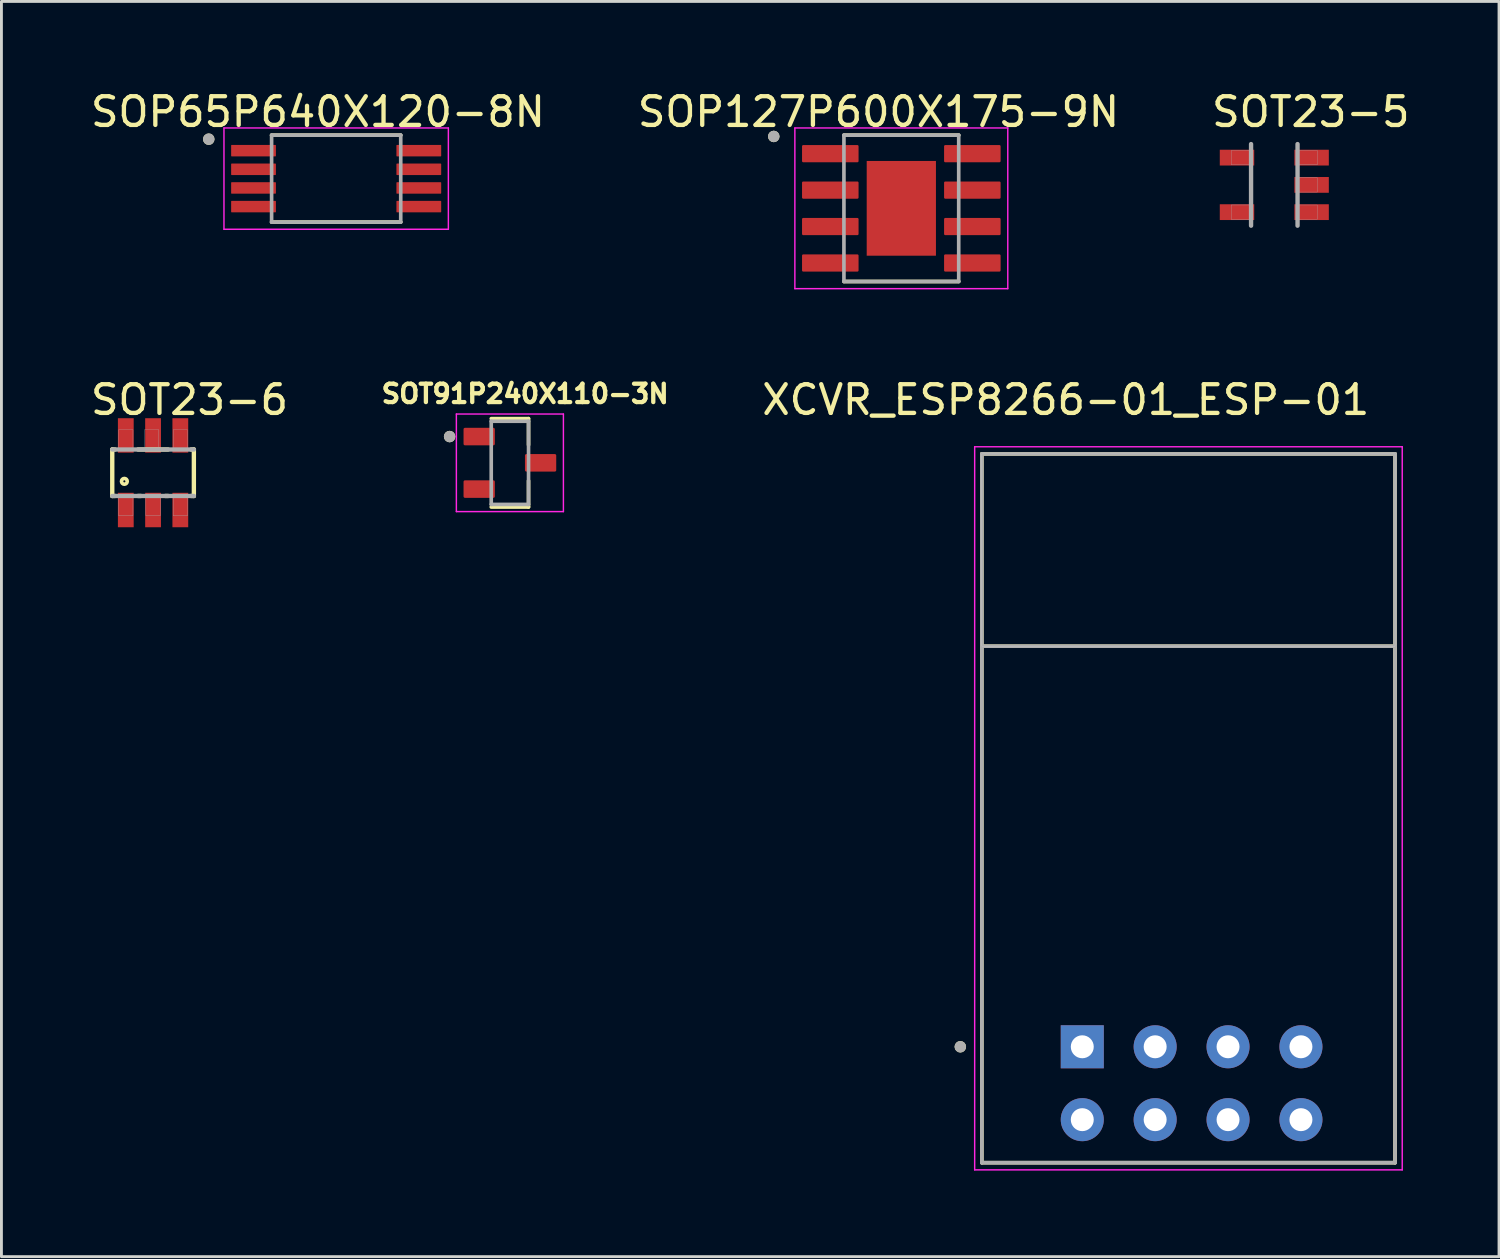
<source format=kicad_pcb>
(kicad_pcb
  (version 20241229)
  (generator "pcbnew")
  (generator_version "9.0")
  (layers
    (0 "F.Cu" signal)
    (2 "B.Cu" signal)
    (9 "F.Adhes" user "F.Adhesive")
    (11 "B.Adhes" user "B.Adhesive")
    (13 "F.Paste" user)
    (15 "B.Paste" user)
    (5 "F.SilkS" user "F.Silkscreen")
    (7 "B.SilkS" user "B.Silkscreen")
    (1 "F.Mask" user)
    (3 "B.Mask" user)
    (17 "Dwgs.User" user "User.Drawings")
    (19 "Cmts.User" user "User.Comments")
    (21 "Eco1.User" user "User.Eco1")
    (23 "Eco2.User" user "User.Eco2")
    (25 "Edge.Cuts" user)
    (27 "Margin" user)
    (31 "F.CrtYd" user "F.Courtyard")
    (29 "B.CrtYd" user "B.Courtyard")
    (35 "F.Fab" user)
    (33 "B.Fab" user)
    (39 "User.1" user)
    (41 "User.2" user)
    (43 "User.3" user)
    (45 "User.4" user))
  (footprint "SOT23-5"
    (layer "F.Cu")
    (at 41.358 3.393)
    (property "Reference" "SOT23-5" (at 1.272 -2.544 0) (layer "F.SilkS") (effects (font (size 1.002 1.002) (thickness 0.15))))
    (attr through_hole)
    (fp_line (start -0.81 1.422) (end -0.81 -1.422) (stroke (width 0.152) (type solid)) (layer "F.Fab"))
    (fp_line (start 0.81 -1.422) (end 0.81 1.422) (stroke (width 0.152) (type solid)) (layer "F.Fab"))
    (fp_poly (pts (xy -1.502 0.7) (xy -0.85 0.7) (xy -0.85 1.202) (xy -1.502 1.202)) (stroke (width 0.01) (type solid)) (fill no) (layer "F.Fab"))
    (fp_poly (pts (xy -1.5 -1.2) (xy -0.85 -1.2) (xy -0.85 -0.7) (xy -1.5 -0.7)) (stroke (width 0.01) (type solid)) (fill no) (layer "F.Fab"))
    (fp_poly (pts (xy 0.85 0.701) (xy 1.501 0.701) (xy 1.501 1.2) (xy 0.85 1.2)) (stroke (width 0.01) (type solid)) (fill no) (layer "F.Fab"))
    (fp_poly (pts (xy 0.85 -0.25) (xy 1.5 -0.25) (xy 1.5 0.25) (xy 0.85 0.25)) (stroke (width 0.01) (type solid)) (fill no) (layer "F.Fab"))
    (fp_poly (pts (xy 0.851 -1.2) (xy 1.5 -1.2) (xy 1.5 -0.701) (xy 0.851 -0.701)) (stroke (width 0.01) (type solid)) (fill no) (layer "F.Fab"))
    (pad "1" smd rect (at 1.3 0.95 90) (size 0.55 1.2) (layers "F.Cu" "F.Mask" "F.Paste"))
    (pad "2" smd rect (at 1.3 0 90) (size 0.55 1.2) (layers "F.Cu" "F.Mask" "F.Paste"))
    (pad "3" smd rect (at 1.3 -0.95 90) (size 0.55 1.2) (layers "F.Cu" "F.Mask" "F.Paste"))
    (pad "4" smd rect (at -1.3 -0.95 90) (size 0.55 1.2) (layers "F.Cu" "F.Mask" "F.Paste"))
    (pad "5" smd rect (at -1.3 0.95 90) (size 0.55 1.2) (layers "F.Cu" "F.Mask" "F.Paste")))
  (footprint "SOP127P600X175-9N"
    (layer "F.Cu")
    (at 28.36 4.21)
    (property "Reference" "SOP127P600X175-9N" (at -0.795 -3.362 0) (layer "F.SilkS") (effects (font (size 1 1) (thickness 0.15))))
    (attr through_hole)
    (fp_line (start -2 -2.55) (end 2 -2.55) (stroke (width 0.127) (type solid)) (layer "F.SilkS"))
    (fp_line (start -2 2.55) (end 2 2.55) (stroke (width 0.127) (type solid)) (layer "F.SilkS"))
    (fp_circle (center -4.445 -2.505) (end -4.345 -2.505) (stroke (width 0.2) (type solid)) (fill no) (layer "F.SilkS"))
    (fp_poly (pts (xy -0.645 -0.82) (xy 0.645 -0.82) (xy 0.645 0.82) (xy -0.645 0.82)) (stroke (width 0.01) (type solid)) (fill yes) (layer "F.Paste"))
    (fp_line (start -3.71 -2.8) (end -3.71 2.8) (stroke (width 0.05) (type solid)) (layer "F.CrtYd"))
    (fp_line (start -3.71 -2.8) (end 3.71 -2.8) (stroke (width 0.05) (type solid)) (layer "F.CrtYd"))
    (fp_line (start -3.71 2.8) (end 3.71 2.8) (stroke (width 0.05) (type solid)) (layer "F.CrtYd"))
    (fp_line (start 3.71 -2.8) (end 3.71 2.8) (stroke (width 0.05) (type solid)) (layer "F.CrtYd"))
    (fp_line (start -2 -2.55) (end -2 2.55) (stroke (width 0.127) (type solid)) (layer "F.Fab"))
    (fp_line (start -2 -2.55) (end 2 -2.55) (stroke (width 0.127) (type solid)) (layer "F.Fab"))
    (fp_line (start -2 2.55) (end 2 2.55) (stroke (width 0.127) (type solid)) (layer "F.Fab"))
    (fp_line (start 2 -2.55) (end 2 2.55) (stroke (width 0.127) (type solid)) (layer "F.Fab"))
    (fp_circle (center -4.445 -2.505) (end -4.345 -2.505) (stroke (width 0.2) (type solid)) (fill no) (layer "F.Fab"))
    (pad "1" smd roundrect (at -2.475 -1.905) (size 1.97 0.6) (layers "F.Cu" "F.Mask" "F.Paste") (roundrect_rratio 0.07))
    (pad "2" smd roundrect (at -2.475 -0.635) (size 1.97 0.6) (layers "F.Cu" "F.Mask" "F.Paste") (roundrect_rratio 0.07))
    (pad "3" smd roundrect (at -2.475 0.635) (size 1.97 0.6) (layers "F.Cu" "F.Mask" "F.Paste") (roundrect_rratio 0.07))
    (pad "4" smd roundrect (at -2.475 1.905) (size 1.97 0.6) (layers "F.Cu" "F.Mask" "F.Paste") (roundrect_rratio 0.07))
    (pad "5" smd roundrect (at 2.475 1.905) (size 1.97 0.6) (layers "F.Cu" "F.Mask" "F.Paste") (roundrect_rratio 0.07))
    (pad "6" smd roundrect (at 2.475 0.635) (size 1.97 0.6) (layers "F.Cu" "F.Mask" "F.Paste") (roundrect_rratio 0.07))
    (pad "7" smd roundrect (at 2.475 -0.635) (size 1.97 0.6) (layers "F.Cu" "F.Mask" "F.Paste") (roundrect_rratio 0.07))
    (pad "8" smd roundrect (at 2.475 -1.905) (size 1.97 0.6) (layers "F.Cu" "F.Mask" "F.Paste") (roundrect_rratio 0.07))
    (pad "9" smd rect (at 0 0) (size 2.413 3.302) (layers "F.Cu" "F.Mask")))
  (footprint "SOP65P640X120-8N"
    (layer "F.Cu")
    (at 8.665 3.175)
    (property "Reference" "SOP65P640X120-8N" (at -0.635 -2.327 0) (layer "F.SilkS") (effects (font (size 1 1) (thickness 0.15))))
    (attr through_hole)
    (fp_line (start -2.25 -1.515) (end 2.25 -1.515) (stroke (width 0.127) (type solid)) (layer "F.SilkS"))
    (fp_line (start -2.25 1.515) (end 2.25 1.515) (stroke (width 0.127) (type solid)) (layer "F.SilkS"))
    (fp_circle (center -4.44 -1.375) (end -4.34 -1.375) (stroke (width 0.2) (type solid)) (fill no) (layer "F.SilkS"))
    (fp_line (start -3.91 -1.765) (end -3.91 1.765) (stroke (width 0.05) (type solid)) (layer "F.CrtYd"))
    (fp_line (start -3.91 -1.765) (end 3.91 -1.765) (stroke (width 0.05) (type solid)) (layer "F.CrtYd"))
    (fp_line (start -3.91 1.765) (end 3.91 1.765) (stroke (width 0.05) (type solid)) (layer "F.CrtYd"))
    (fp_line (start 3.91 -1.765) (end 3.91 1.765) (stroke (width 0.05) (type solid)) (layer "F.CrtYd"))
    (fp_line (start -2.25 -1.515) (end -2.25 1.515) (stroke (width 0.127) (type solid)) (layer "F.Fab"))
    (fp_line (start -2.25 -1.515) (end 2.25 -1.515) (stroke (width 0.127) (type solid)) (layer "F.Fab"))
    (fp_line (start -2.25 1.515) (end 2.25 1.515) (stroke (width 0.127) (type solid)) (layer "F.Fab"))
    (fp_line (start 2.25 -1.515) (end 2.25 1.515) (stroke (width 0.127) (type solid)) (layer "F.Fab"))
    (fp_circle (center -4.44 -1.375) (end -4.34 -1.375) (stroke (width 0.2) (type solid)) (fill no) (layer "F.Fab"))
    (pad "1" smd roundrect (at -2.88 -0.975) (size 1.56 0.4) (layers "F.Cu" "F.Mask" "F.Paste") (roundrect_rratio 0.05))
    (pad "2" smd roundrect (at -2.88 -0.325) (size 1.56 0.4) (layers "F.Cu" "F.Mask" "F.Paste") (roundrect_rratio 0.05))
    (pad "3" smd roundrect (at -2.88 0.325) (size 1.56 0.4) (layers "F.Cu" "F.Mask" "F.Paste") (roundrect_rratio 0.05))
    (pad "4" smd roundrect (at -2.88 0.975) (size 1.56 0.4) (layers "F.Cu" "F.Mask" "F.Paste") (roundrect_rratio 0.05))
    (pad "5" smd roundrect (at 2.88 0.975) (size 1.56 0.4) (layers "F.Cu" "F.Mask" "F.Paste") (roundrect_rratio 0.05))
    (pad "6" smd roundrect (at 2.88 0.325) (size 1.56 0.4) (layers "F.Cu" "F.Mask" "F.Paste") (roundrect_rratio 0.05))
    (pad "7" smd roundrect (at 2.88 -0.325) (size 1.56 0.4) (layers "F.Cu" "F.Mask" "F.Paste") (roundrect_rratio 0.05))
    (pad "8" smd roundrect (at 2.88 -0.975) (size 1.56 0.4) (layers "F.Cu" "F.Mask" "F.Paste") (roundrect_rratio 0.05)))
  (footprint "SOT91P240X110-3N"
    (layer "F.Cu")
    (at 14.719 13.079)
    (property "Reference" "SOT91P240X110-3N" (at 0.532 -2.406 0) (layer "F.SilkS") (effects (font (size 0.64 0.64) (thickness 0.15))))
    (attr through_hole)
    (fp_line (start -0.65 -1.54) (end 0.65 -1.54) (stroke (width 0.127) (type solid)) (layer "F.SilkS"))
    (fp_line (start -0.65 1.54) (end 0.65 1.54) (stroke (width 0.127) (type solid)) (layer "F.SilkS"))
    (fp_line (start 0.65 -1.54) (end 0.65 -0.625) (stroke (width 0.127) (type solid)) (layer "F.SilkS"))
    (fp_line (start 0.65 1.54) (end 0.65 0.625) (stroke (width 0.127) (type solid)) (layer "F.SilkS"))
    (fp_circle (center -2.1 -0.915) (end -2 -0.915) (stroke (width 0.2) (type solid)) (fill no) (layer "F.SilkS"))
    (fp_line (start -1.865 -1.7) (end 1.865 -1.7) (stroke (width 0.05) (type solid)) (layer "F.CrtYd"))
    (fp_line (start -1.865 1.7) (end -1.865 -1.7) (stroke (width 0.05) (type solid)) (layer "F.CrtYd"))
    (fp_line (start 1.865 1.7) (end -1.865 1.7) (stroke (width 0.05) (type solid)) (layer "F.CrtYd"))
    (fp_line (start 1.865 1.7) (end 1.865 -1.7) (stroke (width 0.05) (type solid)) (layer "F.CrtYd"))
    (fp_line (start -0.65 -1.45) (end 0.65 -1.45) (stroke (width 0.127) (type solid)) (layer "F.Fab"))
    (fp_line (start -0.65 1.45) (end -0.65 -1.45) (stroke (width 0.127) (type solid)) (layer "F.Fab"))
    (fp_line (start 0.65 -1.45) (end 0.65 1.45) (stroke (width 0.127) (type solid)) (layer "F.Fab"))
    (fp_line (start 0.65 1.45) (end -0.65 1.45) (stroke (width 0.127) (type solid)) (layer "F.Fab"))
    (fp_circle (center -2.1 -0.915) (end -2 -0.915) (stroke (width 0.2) (type solid)) (fill no) (layer "F.Fab"))
    (pad "1" smd roundrect (at -1.07 -0.915) (size 1.09 0.61) (layers "F.Cu" "F.Mask" "F.Paste") (roundrect_rratio 0.08))
    (pad "2" smd roundrect (at -1.07 0.915) (size 1.09 0.61) (layers "F.Cu" "F.Mask" "F.Paste") (roundrect_rratio 0.08))
    (pad "3" smd roundrect (at 1.07 0) (size 1.09 0.61) (layers "F.Cu" "F.Mask" "F.Paste") (roundrect_rratio 0.08)))
  (footprint "SOT23-6"
    (layer "F.Cu")
    (at 2.284 13.424)
    (property "Reference" "SOT23-6" (at 1.27 -2.54 0) (layer "F.SilkS") (effects (font (size 1 1) (thickness 0.15))))
    (attr through_hole)
    (fp_line (start -1.422 -0.81) (end -1.328 -0.81) (stroke (width 0.152) (type solid)) (layer "F.SilkS"))
    (fp_line (start -1.422 0.81) (end -1.422 -0.81) (stroke (width 0.152) (type solid)) (layer "F.SilkS"))
    (fp_line (start -1.328 0.81) (end -1.422 0.81) (stroke (width 0.152) (type solid)) (layer "F.SilkS"))
    (fp_line (start -0.522 -0.81) (end 0.522 -0.81) (stroke (width 0.152) (type solid)) (layer "F.SilkS"))
    (fp_line (start -0.428 0.81) (end -0.522 0.81) (stroke (width 0.152) (type solid)) (layer "F.SilkS"))
    (fp_line (start 0.522 0.81) (end 0.428 0.81) (stroke (width 0.152) (type solid)) (layer "F.SilkS"))
    (fp_line (start 1.328 -0.81) (end 1.422 -0.81) (stroke (width 0.152) (type solid)) (layer "F.SilkS"))
    (fp_line (start 1.422 -0.81) (end 1.422 0.81) (stroke (width 0.152) (type solid)) (layer "F.SilkS"))
    (fp_line (start 1.422 0.81) (end 1.328 0.81) (stroke (width 0.152) (type solid)) (layer "F.SilkS"))
    (fp_circle (center -1 0.3) (end -0.9 0.3) (stroke (width 0.127) (type solid)) (fill no) (layer "F.SilkS"))
    (fp_line (start -1.422 -0.81) (end 1.422 -0.81) (stroke (width 0.152) (type solid)) (layer "F.Fab"))
    (fp_line (start 1.422 0.81) (end -1.422 0.81) (stroke (width 0.152) (type solid)) (layer "F.Fab"))
    (fp_poly (pts (xy -1.2 -1.5) (xy -0.7 -1.5) (xy -0.7 -0.85) (xy -1.2 -0.85)) (stroke (width 0.01) (type solid)) (fill no) (layer "F.Fab"))
    (fp_poly (pts (xy -1.2 0.85) (xy -0.7 0.85) (xy -0.7 1.5) (xy -1.2 1.5)) (stroke (width 0.01) (type solid)) (fill no) (layer "F.Fab"))
    (fp_poly (pts (xy -0.3 -1.5) (xy 0.2 -1.5) (xy 0.2 -0.85) (xy -0.3 -0.85)) (stroke (width 0.01) (type solid)) (fill no) (layer "F.Fab"))
    (fp_poly (pts (xy -0.25 0.85) (xy 0.25 0.85) (xy 0.25 1.5) (xy -0.25 1.5)) (stroke (width 0.01) (type solid)) (fill no) (layer "F.Fab"))
    (fp_poly (pts (xy 0.7 -1.5) (xy 1.2 -1.5) (xy 1.2 -0.85) (xy 0.7 -0.85)) (stroke (width 0.01) (type solid)) (fill no) (layer "F.Fab"))
    (fp_poly (pts (xy 0.7 0.85) (xy 1.2 0.85) (xy 1.2 1.5) (xy 0.7 1.5)) (stroke (width 0.01) (type solid)) (fill no) (layer "F.Fab"))
    (pad "1" smd rect (at -0.95 1.3) (size 0.55 1.2) (layers "F.Cu" "F.Mask" "F.Paste"))
    (pad "2" smd rect (at 0 1.3) (size 0.55 1.2) (layers "F.Cu" "F.Mask" "F.Paste"))
    (pad "3" smd rect (at 0.95 1.3) (size 0.55 1.2) (layers "F.Cu" "F.Mask" "F.Paste"))
    (pad "4" smd rect (at 0.95 -1.3) (size 0.55 1.2) (layers "F.Cu" "F.Mask" "F.Paste"))
    (pad "5" smd rect (at 0 -1.3) (size 0.55 1.2) (layers "F.Cu" "F.Mask" "F.Paste"))
    (pad "6" smd rect (at -0.95 -1.3) (size 0.55 1.2) (layers "F.Cu" "F.Mask" "F.Paste")))
  (footprint "XCVR_ESP8266-01_ESP-01"
    (layer "F.Cu")
    (at 38.476 25.119)
    (property "Reference" "XCVR_ESP8266-01_ESP-01" (at -4.385 -14.235 0) (layer "F.SilkS") (effects (font (size 1 1) (thickness 0.15))))
    (attr through_hole)
    (fp_line (start -7.31 -12.35) (end 7.09 -12.35) (stroke (width 0.127) (type solid)) (layer "F.SilkS"))
    (fp_line (start -7.31 -5.65) (end -7.31 -12.35) (stroke (width 0.127) (type solid)) (layer "F.SilkS"))
    (fp_line (start -7.31 12.35) (end -7.31 -5.65) (stroke (width 0.127) (type solid)) (layer "F.SilkS"))
    (fp_line (start 7.09 -12.35) (end 7.09 -5.65) (stroke (width 0.127) (type solid)) (layer "F.SilkS"))
    (fp_line (start 7.09 -5.65) (end -7.31 -5.65) (stroke (width 0.127) (type solid)) (layer "F.SilkS"))
    (fp_line (start 7.09 -5.65) (end 7.09 12.35) (stroke (width 0.127) (type solid)) (layer "F.SilkS"))
    (fp_line (start 7.09 12.35) (end -7.31 12.35) (stroke (width 0.127) (type solid)) (layer "F.SilkS"))
    (fp_circle (center -8.06 8.31) (end -7.96 8.31) (stroke (width 0.2) (type solid)) (fill no) (layer "F.SilkS"))
    (fp_poly (pts (xy -7.31 -12.35) (xy 7.09 -12.35) (xy 7.09 -5.65) (xy -7.31 -5.65)) (stroke (width 0.01) (type solid)) (fill no) (layer "Dwgs.User"))
    (fp_poly (pts (xy -7.31 -12.35) (xy 7.09 -12.35) (xy 7.09 -5.65) (xy -7.31 -5.65)) (stroke (width 0.01) (type solid)) (fill no) (layer "Dwgs.User"))
    (fp_line (start -7.56 -12.6) (end -7.56 12.6) (stroke (width 0.05) (type solid)) (layer "F.CrtYd"))
    (fp_line (start -7.56 12.6) (end 7.34 12.6) (stroke (width 0.05) (type solid)) (layer "F.CrtYd"))
    (fp_line (start 7.34 -12.6) (end -7.56 -12.6) (stroke (width 0.05) (type solid)) (layer "F.CrtYd"))
    (fp_line (start 7.34 12.6) (end 7.34 -12.6) (stroke (width 0.05) (type solid)) (layer "F.CrtYd"))
    (fp_line (start -7.31 -12.35) (end 7.09 -12.35) (stroke (width 0.127) (type solid)) (layer "F.Fab"))
    (fp_line (start -7.31 -5.65) (end -7.31 -12.35) (stroke (width 0.127) (type solid)) (layer "F.Fab"))
    (fp_line (start -7.31 12.35) (end -7.31 -5.65) (stroke (width 0.127) (type solid)) (layer "F.Fab"))
    (fp_line (start 7.09 -12.35) (end 7.09 -5.65) (stroke (width 0.127) (type solid)) (layer "F.Fab"))
    (fp_line (start 7.09 -5.65) (end -7.31 -5.65) (stroke (width 0.127) (type solid)) (layer "F.Fab"))
    (fp_line (start 7.09 -5.65) (end 7.09 12.35) (stroke (width 0.127) (type solid)) (layer "F.Fab"))
    (fp_line (start 7.09 12.35) (end -7.31 12.35) (stroke (width 0.127) (type solid)) (layer "F.Fab"))
    (fp_circle (center -8.06 8.31) (end -7.96 8.31) (stroke (width 0.2) (type solid)) (fill no) (layer "F.Fab"))
    (pad "1" thru_hole rect (at -3.81 8.31) (size 1.5 1.5) (drill 0.8) (layers "*.Cu" "*.Mask"))
    (pad "2" thru_hole circle (at -1.27 8.31) (size 1.5 1.5) (drill 0.8) (layers "*.Cu" "*.Mask"))
    (pad "3" thru_hole circle (at 1.27 8.31) (size 1.5 1.5) (drill 0.8) (layers "*.Cu" "*.Mask"))
    (pad "4" thru_hole circle (at 3.81 8.31) (size 1.5 1.5) (drill 0.8) (layers "*.Cu" "*.Mask"))
    (pad "5" thru_hole circle (at -3.81 10.85) (size 1.5 1.5) (drill 0.8) (layers "*.Cu" "*.Mask"))
    (pad "6" thru_hole circle (at -1.27 10.85) (size 1.5 1.5) (drill 0.8) (layers "*.Cu" "*.Mask"))
    (pad "7" thru_hole circle (at 1.27 10.85) (size 1.5 1.5) (drill 0.8) (layers "*.Cu" "*.Mask"))
    (pad "8" thru_hole circle (at 3.81 10.85) (size 1.5 1.5) (drill 0.8) (layers "*.Cu" "*.Mask")))
  (gr_rect
    (start -3 -3)
    (end 49.189 40.743)
    (stroke (width 0.1) (type default))
    (fill no)
    (layer "Edge.Cuts")))
</source>
